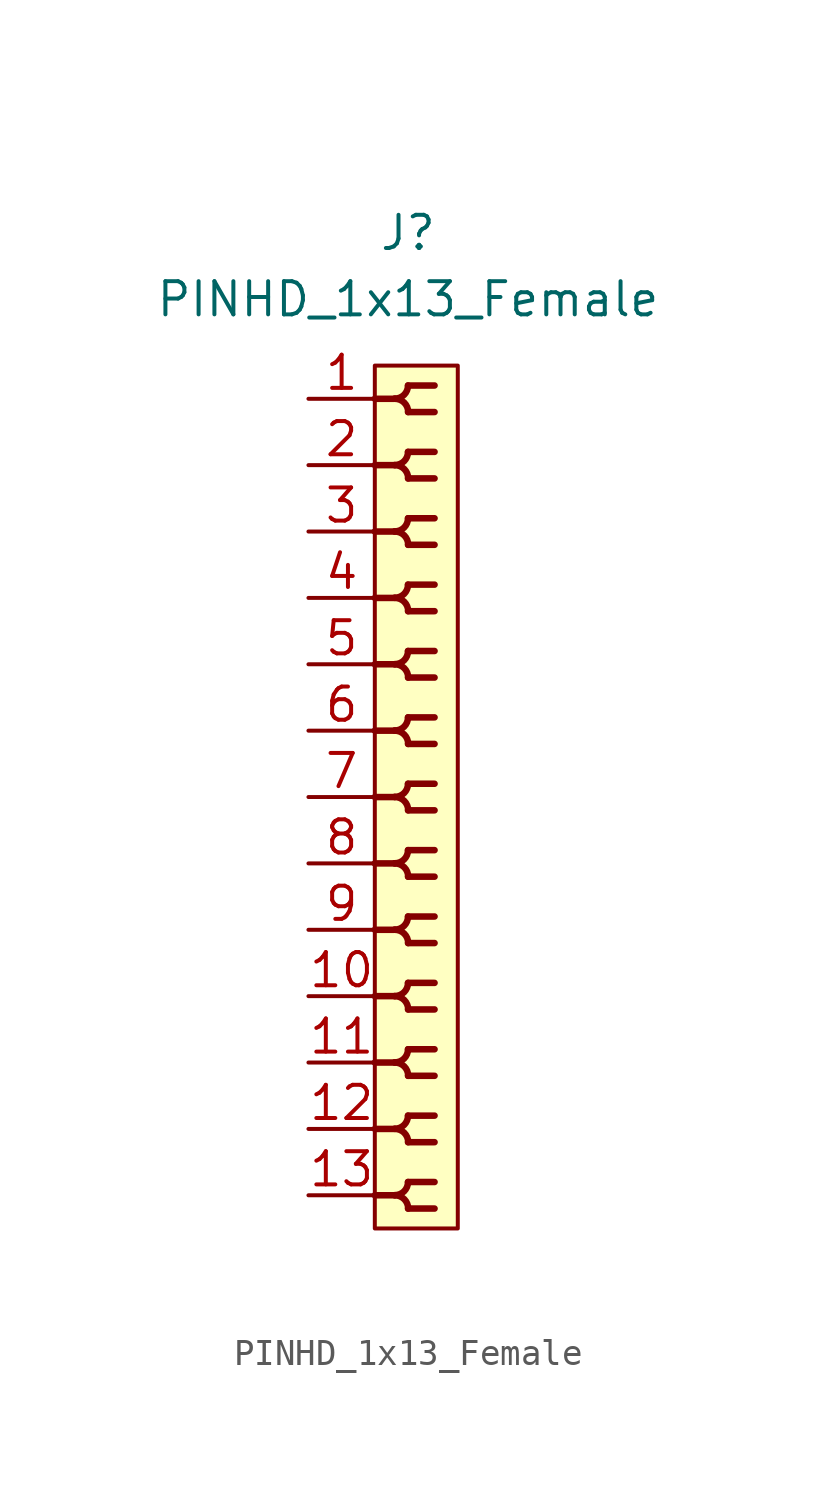
<source format=kicad_sym>
(kicad_symbol_lib
  (version 20211014)
  (generator kicad_symbol_editor)
  (symbol "PINHD_1x13_Female"
    (property "Reference" "J"
      (at 0 21.59 0)
      (effects (font (size 1.27 1.27))))
    (property "Value" "PINHD_1x13_Female"
      (at 0 19.05 0)
      (effects (font (size 1.27 1.27))))
    (symbol "PINHD_1x13_Female_0_1"
      (rectangle (start -1.27 16.51) (end 1.905 -16.51) (stroke (width 0) (type default) (color 0 0 0 0)) (fill (type background)))
      (arc (start -0.508 -15.24) (mid 0.3592 -15.5992) (end 0 -14.732) (stroke (width 0.25) (type default) (color 0 0 0 0)) (fill (type none)))
      (arc (start -0.508 -12.7) (mid 0.3592 -13.0592) (end 0 -12.192) (stroke (width 0.25) (type default) (color 0 0 0 0)) (fill (type none)))
      (arc (start -0.508 -10.16) (mid 0.3592 -10.5192) (end 0 -9.652) (stroke (width 0.25) (type default) (color 0 0 0 0)) (fill (type none)))
      (arc (start -0.508 -7.62) (mid 0.3592 -7.9792) (end 0 -7.112) (stroke (width 0.25) (type default) (color 0 0 0 0)) (fill (type none)))
      (arc (start -0.508 -5.08) (mid 0.3592 -5.4392) (end 0 -4.572) (stroke (width 0.25) (type default) (color 0 0 0 0)) (fill (type none)))
      (arc (start -0.508 -2.54) (mid 0.3592 -2.8992) (end 0 -2.032) (stroke (width 0.25) (type default) (color 0 0 0 0)) (fill (type none)))
      (arc (start -0.508 0) (mid 0.3592 -0.3592) (end 0 0.508) (stroke (width 0.25) (type default) (color 0 0 0 0)) (fill (type none)))
      (arc (start -0.508 2.54) (mid 0.3592 2.1808) (end 0 3.048) (stroke (width 0.25) (type default) (color 0 0 0 0)) (fill (type none)))
      (arc (start -0.508 5.08) (mid 0.3592 4.7208) (end 0 5.588) (stroke (width 0.25) (type default) (color 0 0 0 0)) (fill (type none)))
      (arc (start -0.508 7.62) (mid 0.3592 7.2608) (end 0 8.128) (stroke (width 0.25) (type default) (color 0 0 0 0)) (fill (type none)))
      (arc (start -0.508 10.16) (mid 0.3592 9.8008) (end 0 10.668) (stroke (width 0.25) (type default) (color 0 0 0 0)) (fill (type none)))
      (arc (start -0.508 12.7) (mid 0.3592 12.3408) (end 0 13.208) (stroke (width 0.25) (type default) (color 0 0 0 0)) (fill (type none)))
      (arc (start -0.508 15.24) (mid 0.3592 14.8808) (end 0 15.748) (stroke (width 0.25) (type default) (color 0 0 0 0)) (fill (type none)))
      (arc (start 0 -15.748) (mid 0.3592 -14.8808) (end -0.508 -15.24) (stroke (width 0.25) (type default) (color 0 0 0 0)) (fill (type none)))
      (arc (start 0 -13.208) (mid 0.3592 -12.3408) (end -0.508 -12.7) (stroke (width 0.25) (type default) (color 0 0 0 0)) (fill (type none)))
      (arc (start 0 -10.668) (mid 0.3592 -9.8008) (end -0.508 -10.16) (stroke (width 0.25) (type default) (color 0 0 0 0)) (fill (type none)))
      (arc (start 0 -8.128) (mid 0.3592 -7.2608) (end -0.508 -7.62) (stroke (width 0.25) (type default) (color 0 0 0 0)) (fill (type none)))
      (arc (start 0 -5.588) (mid 0.3592 -4.7208) (end -0.508 -5.08) (stroke (width 0.25) (type default) (color 0 0 0 0)) (fill (type none)))
      (arc (start 0 -3.048) (mid 0.3592 -2.1808) (end -0.508 -2.54) (stroke (width 0.25) (type default) (color 0 0 0 0)) (fill (type none)))
      (arc (start 0 -0.508) (mid 0.3592 0.3592) (end -0.508 0) (stroke (width 0.25) (type default) (color 0 0 0 0)) (fill (type none)))
      (polyline (pts (xy -1.27 -15.24) (xy -0.508 -15.24)) (stroke (width 0.25) (type default) (color 0 0 0 0)) (fill (type none)))
      (polyline (pts (xy -1.27 -12.7) (xy -0.508 -12.7)) (stroke (width 0.25) (type default) (color 0 0 0 0)) (fill (type none)))
      (polyline (pts (xy -1.27 -10.16) (xy -0.508 -10.16)) (stroke (width 0.25) (type default) (color 0 0 0 0)) (fill (type none)))
      (polyline (pts (xy -1.27 -7.62) (xy -0.508 -7.62)) (stroke (width 0.25) (type default) (color 0 0 0 0)) (fill (type none)))
      (polyline (pts (xy -1.27 -5.08) (xy -0.508 -5.08)) (stroke (width 0.25) (type default) (color 0 0 0 0)) (fill (type none)))
      (polyline (pts (xy -1.27 -2.54) (xy -0.508 -2.54)) (stroke (width 0.25) (type default) (color 0 0 0 0)) (fill (type none)))
      (polyline (pts (xy -1.27 0) (xy -0.508 0)) (stroke (width 0.25) (type default) (color 0 0 0 0)) (fill (type none)))
      (polyline (pts (xy -1.27 2.54) (xy -0.508 2.54)) (stroke (width 0.25) (type default) (color 0 0 0 0)) (fill (type none)))
      (polyline (pts (xy -1.27 5.08) (xy -0.508 5.08)) (stroke (width 0.25) (type default) (color 0 0 0 0)) (fill (type none)))
      (polyline (pts (xy -1.27 7.62) (xy -0.508 7.62)) (stroke (width 0.25) (type default) (color 0 0 0 0)) (fill (type none)))
      (polyline (pts (xy -1.27 10.16) (xy -0.508 10.16)) (stroke (width 0.25) (type default) (color 0 0 0 0)) (fill (type none)))
      (polyline (pts (xy -1.27 12.7) (xy -0.508 12.7)) (stroke (width 0.25) (type default) (color 0 0 0 0)) (fill (type none)))
      (polyline (pts (xy -1.27 15.24) (xy -0.508 15.24)) (stroke (width 0.25) (type default) (color 0 0 0 0)) (fill (type none)))
      (polyline (pts (xy 0 -15.748) (xy 1.016 -15.748)) (stroke (width 0.25) (type default) (color 0 0 0 0)) (fill (type none)))
      (polyline (pts (xy 0 -14.732) (xy 1.016 -14.732)) (stroke (width 0.25) (type default) (color 0 0 0 0)) (fill (type none)))
      (polyline (pts (xy 0 -13.208) (xy 1.016 -13.208)) (stroke (width 0.25) (type default) (color 0 0 0 0)) (fill (type none)))
      (polyline (pts (xy 0 -12.192) (xy 1.016 -12.192)) (stroke (width 0.25) (type default) (color 0 0 0 0)) (fill (type none)))
      (polyline (pts (xy 0 -10.668) (xy 1.016 -10.668)) (stroke (width 0.25) (type default) (color 0 0 0 0)) (fill (type none)))
      (polyline (pts (xy 0 -9.652) (xy 1.016 -9.652)) (stroke (width 0.25) (type default) (color 0 0 0 0)) (fill (type none)))
      (polyline (pts (xy 0 -8.128) (xy 1.016 -8.128)) (stroke (width 0.25) (type default) (color 0 0 0 0)) (fill (type none)))
      (polyline (pts (xy 0 -7.112) (xy 1.016 -7.112)) (stroke (width 0.25) (type default) (color 0 0 0 0)) (fill (type none)))
      (polyline (pts (xy 0 -5.588) (xy 1.016 -5.588)) (stroke (width 0.25) (type default) (color 0 0 0 0)) (fill (type none)))
      (polyline (pts (xy 0 -4.572) (xy 1.016 -4.572)) (stroke (width 0.25) (type default) (color 0 0 0 0)) (fill (type none)))
      (polyline (pts (xy 0 -3.048) (xy 1.016 -3.048)) (stroke (width 0.25) (type default) (color 0 0 0 0)) (fill (type none)))
      (polyline (pts (xy 0 -2.032) (xy 1.016 -2.032)) (stroke (width 0.25) (type default) (color 0 0 0 0)) (fill (type none)))
      (polyline (pts (xy 0 -0.508) (xy 1.016 -0.508)) (stroke (width 0.25) (type default) (color 0 0 0 0)) (fill (type none)))
      (polyline (pts (xy 0 0.508) (xy 1.016 0.508)) (stroke (width 0.25) (type default) (color 0 0 0 0)) (fill (type none)))
      (polyline (pts (xy 0 2.032) (xy 1.016 2.032)) (stroke (width 0.25) (type default) (color 0 0 0 0)) (fill (type none)))
      (polyline (pts (xy 0 3.048) (xy 1.016 3.048)) (stroke (width 0.25) (type default) (color 0 0 0 0)) (fill (type none)))
      (polyline (pts (xy 0 4.572) (xy 1.016 4.572)) (stroke (width 0.25) (type default) (color 0 0 0 0)) (fill (type none)))
      (polyline (pts (xy 0 5.588) (xy 1.016 5.588)) (stroke (width 0.25) (type default) (color 0 0 0 0)) (fill (type none)))
      (polyline (pts (xy 0 7.112) (xy 1.016 7.112)) (stroke (width 0.25) (type default) (color 0 0 0 0)) (fill (type none)))
      (polyline (pts (xy 0 8.128) (xy 1.016 8.128)) (stroke (width 0.25) (type default) (color 0 0 0 0)) (fill (type none)))
      (polyline (pts (xy 0 9.652) (xy 1.016 9.652)) (stroke (width 0.25) (type default) (color 0 0 0 0)) (fill (type none)))
      (polyline (pts (xy 0 10.668) (xy 1.016 10.668)) (stroke (width 0.25) (type default) (color 0 0 0 0)) (fill (type none)))
      (polyline (pts (xy 0 12.192) (xy 1.016 12.192)) (stroke (width 0.25) (type default) (color 0 0 0 0)) (fill (type none)))
      (polyline (pts (xy 0 13.208) (xy 1.016 13.208)) (stroke (width 0.25) (type default) (color 0 0 0 0)) (fill (type none)))
      (polyline (pts (xy 0 14.732) (xy 1.016 14.732)) (stroke (width 0.25) (type default) (color 0 0 0 0)) (fill (type none)))
      (polyline (pts (xy 0 15.748) (xy 1.016 15.748)) (stroke (width 0.25) (type default) (color 0 0 0 0)) (fill (type none)))
      (arc (start 0 2.032) (mid 0.3592 2.8992) (end -0.508 2.54) (stroke (width 0.25) (type default) (color 0 0 0 0)) (fill (type none)))
      (arc (start 0 4.572) (mid 0.3592 5.4392) (end -0.508 5.08) (stroke (width 0.25) (type default) (color 0 0 0 0)) (fill (type none)))
      (arc (start 0 7.112) (mid 0.3592 7.9792) (end -0.508 7.62) (stroke (width 0.25) (type default) (color 0 0 0 0)) (fill (type none)))
      (arc (start 0 9.652) (mid 0.3592 10.5192) (end -0.508 10.16) (stroke (width 0.25) (type default) (color 0 0 0 0)) (fill (type none)))
      (arc (start 0 12.192) (mid 0.3592 13.0592) (end -0.508 12.7) (stroke (width 0.25) (type default) (color 0 0 0 0)) (fill (type none)))
      (arc (start 0 14.732) (mid 0.3592 15.5992) (end -0.508 15.24) (stroke (width 0.25) (type default) (color 0 0 0 0)) (fill (type none))))
    (symbol "PINHD_1x13_Female_1_1"
      (pin passive line (at -3.81 15.24 0) (length 2.54) (name "" (effects (font (size 1.27 1.27)))) (number "1" (effects (font (size 1.27 1.27)))))
      (pin passive line (at -3.81 -7.62 0) (length 2.54) (name "" (effects (font (size 1.27 1.27)))) (number "10" (effects (font (size 1.27 1.27)))))
      (pin passive line (at -3.81 -10.16 0) (length 2.54) (name "" (effects (font (size 1.27 1.27)))) (number "11" (effects (font (size 1.27 1.27)))))
      (pin passive line (at -3.81 -12.7 0) (length 2.54) (name "" (effects (font (size 1.27 1.27)))) (number "12" (effects (font (size 1.27 1.27)))))
      (pin passive line (at -3.81 -15.24 0) (length 2.54) (name "" (effects (font (size 1.27 1.27)))) (number "13" (effects (font (size 1.27 1.27)))))
      (pin passive line (at -3.81 12.7 0) (length 2.54) (name "" (effects (font (size 1.27 1.27)))) (number "2" (effects (font (size 1.27 1.27)))))
      (pin passive line (at -3.81 10.16 0) (length 2.54) (name "" (effects (font (size 1.27 1.27)))) (number "3" (effects (font (size 1.27 1.27)))))
      (pin passive line (at -3.81 7.62 0) (length 2.54) (name "" (effects (font (size 1.27 1.27)))) (number "4" (effects (font (size 1.27 1.27)))))
      (pin passive line (at -3.81 5.08 0) (length 2.54) (name "" (effects (font (size 1.27 1.27)))) (number "5" (effects (font (size 1.27 1.27)))))
      (pin passive line (at -3.81 2.54 0) (length 2.54) (name "" (effects (font (size 1.27 1.27)))) (number "6" (effects (font (size 1.27 1.27)))))
      (pin passive line (at -3.81 0 0) (length 2.54) (name "" (effects (font (size 1.27 1.27)))) (number "7" (effects (font (size 1.27 1.27)))))
      (pin passive line (at -3.81 -2.54 0) (length 2.54) (name "" (effects (font (size 1.27 1.27)))) (number "8" (effects (font (size 1.27 1.27)))))
      (pin passive line (at -3.81 -5.08 0) (length 2.54) (name "" (effects (font (size 1.27 1.27)))) (number "9" (effects (font (size 1.27 1.27))))))))
</source>
